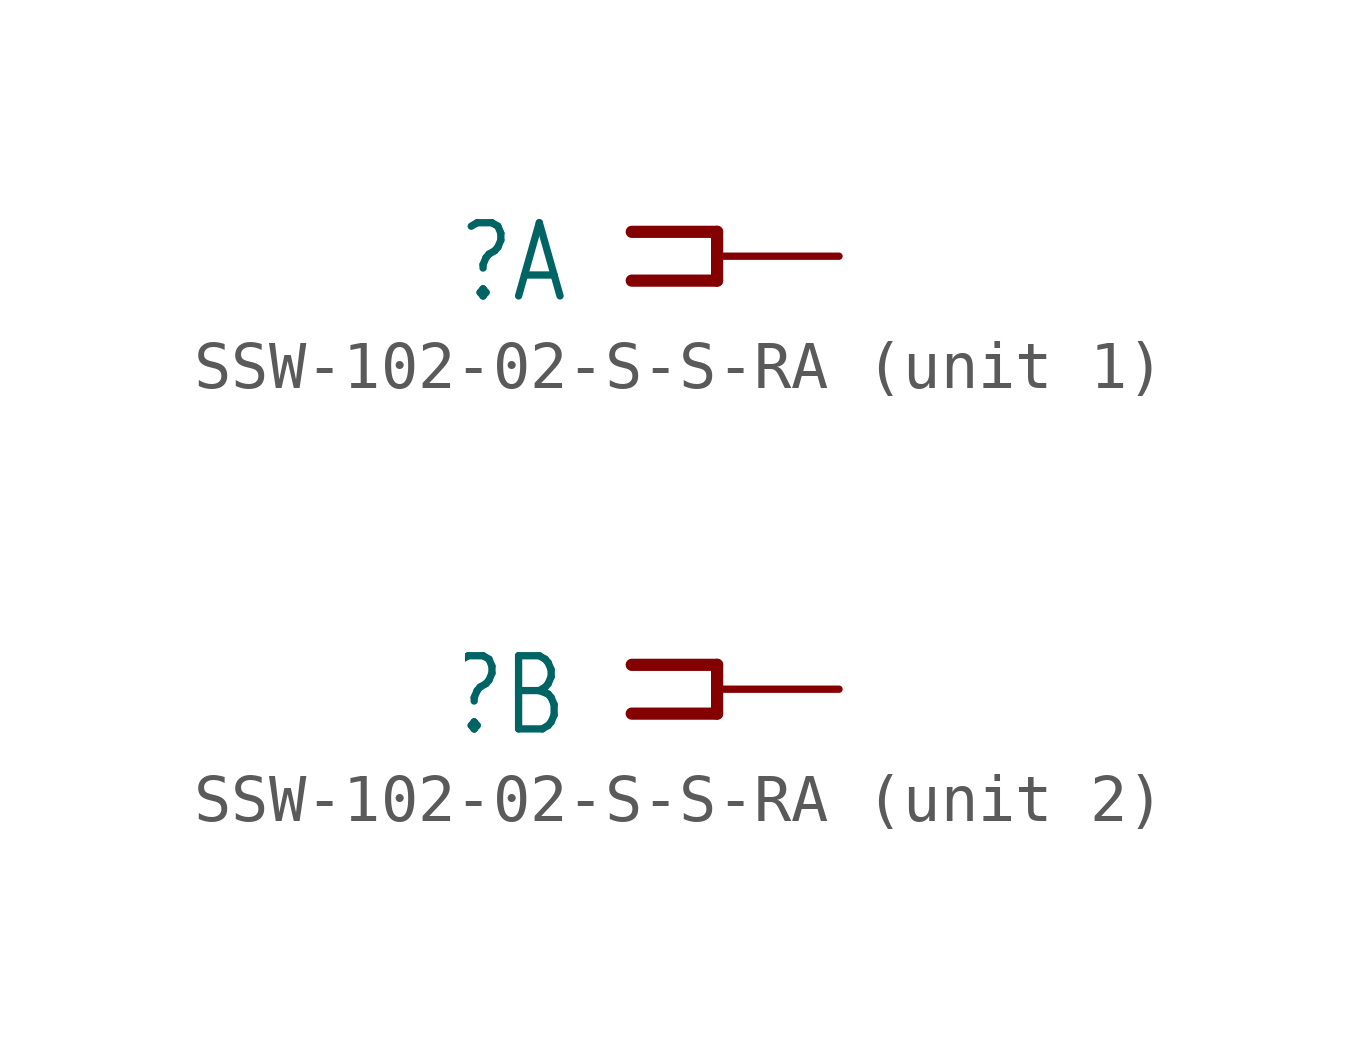
<source format=kicad_sym>
(kicad_symbol_lib
  (version 20220914)
  (generator kicad_symbol_editor)
  (symbol "SSW-102-02-S-S-RA"
    (property "Reference" "X"
      (at -3.048 0.762 0)
      (effects (font (size 1.524 1.295)) (justify right top)))
    (property "ki_locked" ""
      (at 0 0 0)
      (effects (font (size 1.27 1.27))))
    (symbol "SSW-102-02-S-S-RA_1_0"
      (polyline (pts (xy -1.778 0.508) (xy 0 0.508)) (stroke (width 0.254) (type solid)) (fill (type none)))
      (polyline (pts (xy 0 -0.508) (xy -1.778 -0.508)) (stroke (width 0.254) (type solid)) (fill (type none)))
      (polyline (pts (xy 0 0.508) (xy 0 -0.508)) (stroke (width 0.254) (type solid)) (fill (type none)))
      (pin passive line (at 2.54 0 180) (length 2.54) (name "1" (effects (font (size 0 0)))) (number "1" (effects (font (size 0 0))))))
    (symbol "SSW-102-02-S-S-RA_2_0"
      (polyline (pts (xy -1.778 0.508) (xy 0 0.508)) (stroke (width 0.254) (type solid)) (fill (type none)))
      (polyline (pts (xy 0 -0.508) (xy -1.778 -0.508)) (stroke (width 0.254) (type solid)) (fill (type none)))
      (polyline (pts (xy 0 0.508) (xy 0 -0.508)) (stroke (width 0.254) (type solid)) (fill (type none)))
      (pin passive line (at 2.54 0 180) (length 2.54) (name "1" (effects (font (size 0 0)))) (number "2" (effects (font (size 0 0))))))))
</source>
